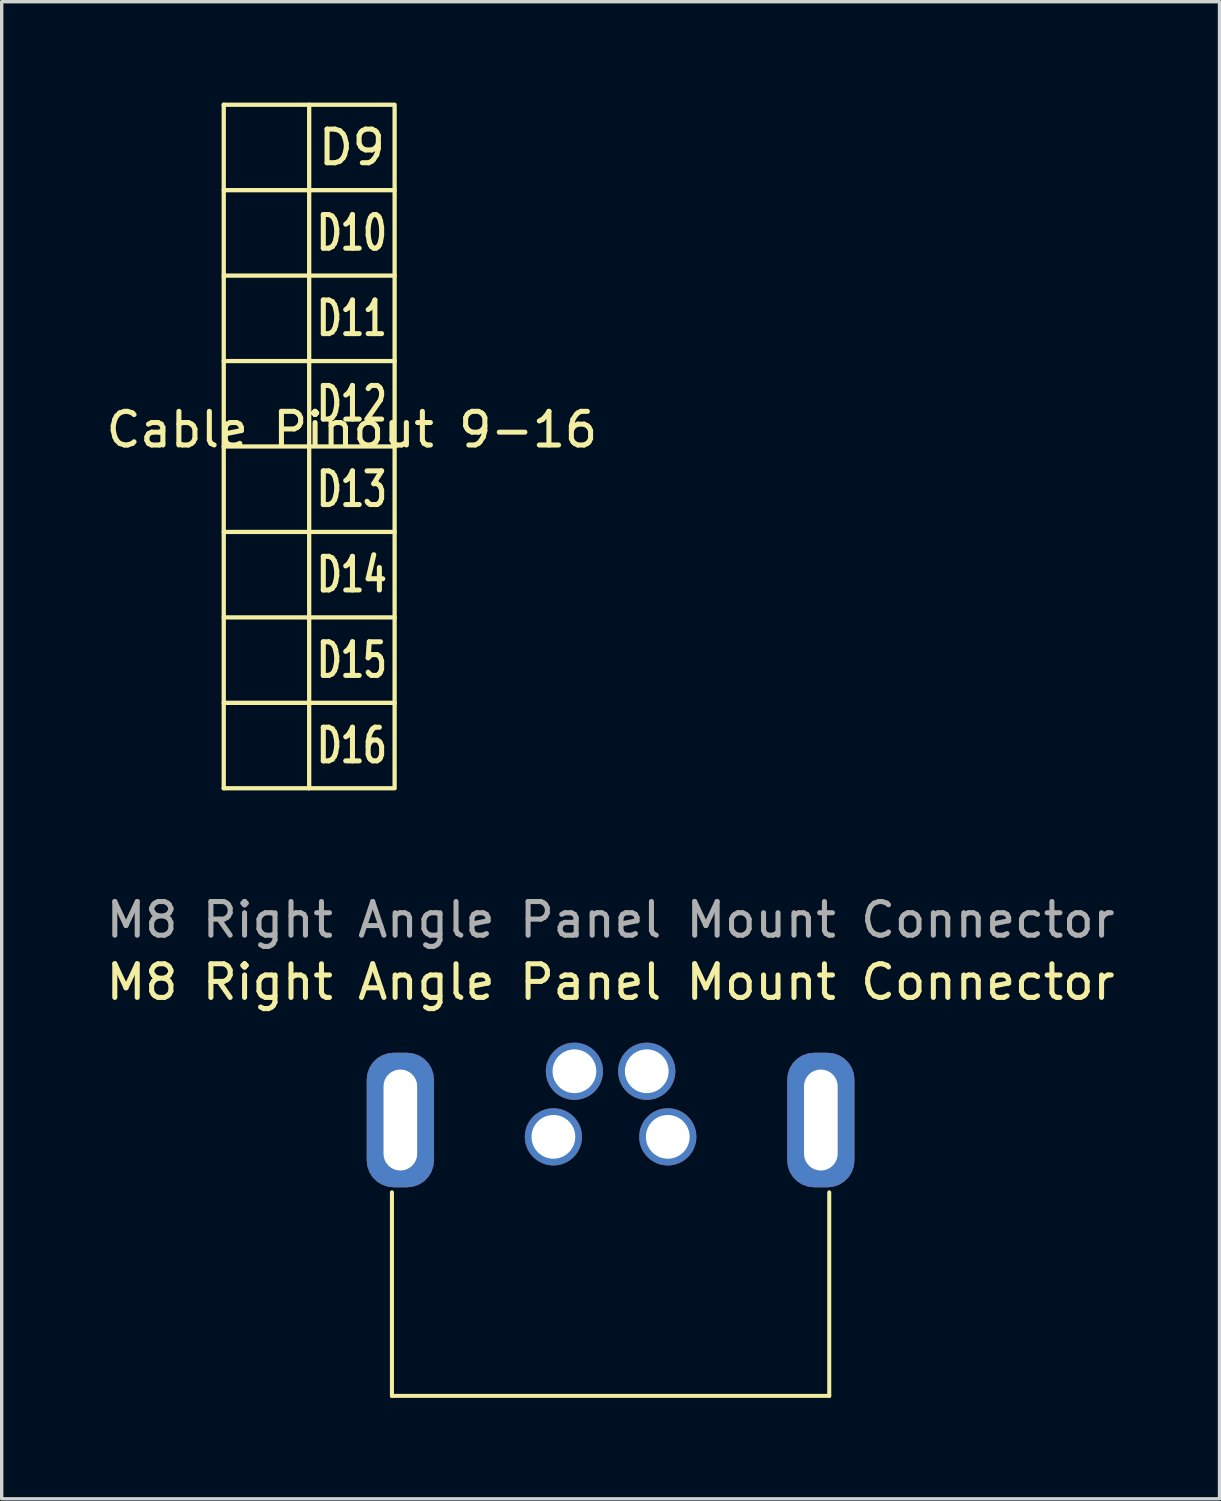
<source format=kicad_pcb>
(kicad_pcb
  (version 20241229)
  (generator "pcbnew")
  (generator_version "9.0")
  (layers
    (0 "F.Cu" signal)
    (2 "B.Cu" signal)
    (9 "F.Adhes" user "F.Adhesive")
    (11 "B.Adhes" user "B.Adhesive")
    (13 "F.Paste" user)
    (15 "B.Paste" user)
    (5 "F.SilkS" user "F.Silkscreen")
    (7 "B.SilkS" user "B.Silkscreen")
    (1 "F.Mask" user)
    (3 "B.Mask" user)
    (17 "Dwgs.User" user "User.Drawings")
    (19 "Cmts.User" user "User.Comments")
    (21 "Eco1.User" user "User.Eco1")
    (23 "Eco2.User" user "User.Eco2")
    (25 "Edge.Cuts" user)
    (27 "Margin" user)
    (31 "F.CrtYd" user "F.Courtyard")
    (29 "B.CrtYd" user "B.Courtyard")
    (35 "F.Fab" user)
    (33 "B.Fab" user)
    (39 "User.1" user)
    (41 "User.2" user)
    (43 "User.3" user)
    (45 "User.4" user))
  (footprint "Cable Pinout 9-16"
    (layer "F.Cu")
    (at 7.411 10.223)
    (property "Reference" "Cable Pinout 9-16" (at 0 -0.5 0) (unlocked yes) (layer "F.SilkS") (effects (font (size 1 1) (thickness 0.15))))
    (attr smd)
    (fp_line (start -3.81 -10.16) (end -3.81 10.16) (stroke (width 0.127) (type default)) (layer "F.SilkS"))
    (fp_line (start -3.81 7.62) (end -1.27 7.62) (stroke (width 0.127) (type default)) (layer "F.SilkS"))
    (fp_line (start -3.81 10.16) (end -1.27 10.16) (stroke (width 0.127) (type default)) (layer "F.SilkS"))
    (fp_line (start -1.27 -10.16) (end -3.81 -10.16) (stroke (width 0.127) (type default)) (layer "F.SilkS"))
    (fp_line (start -1.27 -7.62) (end -3.81 -7.62) (stroke (width 0.127) (type default)) (layer "F.SilkS"))
    (fp_line (start -1.27 -7.62) (end 1.27 -7.62) (stroke (width 0.127) (type default)) (layer "F.SilkS"))
    (fp_line (start -1.27 -5.08) (end -3.81 -5.08) (stroke (width 0.127) (type default)) (layer "F.SilkS"))
    (fp_line (start -1.27 -5.08) (end 1.27 -5.08) (stroke (width 0.127) (type default)) (layer "F.SilkS"))
    (fp_line (start -1.27 -2.54) (end -3.81 -2.54) (stroke (width 0.127) (type default)) (layer "F.SilkS"))
    (fp_line (start -1.27 -2.54) (end 1.27 -2.54) (stroke (width 0.127) (type default)) (layer "F.SilkS"))
    (fp_line (start -1.27 0) (end -3.81 0) (stroke (width 0.127) (type default)) (layer "F.SilkS"))
    (fp_line (start -1.27 0) (end 1.27 0) (stroke (width 0.127) (type default)) (layer "F.SilkS"))
    (fp_line (start -1.27 2.54) (end -3.81 2.54) (stroke (width 0.127) (type default)) (layer "F.SilkS"))
    (fp_line (start -1.27 2.54) (end 1.27 2.54) (stroke (width 0.127) (type default)) (layer "F.SilkS"))
    (fp_line (start -1.27 5.08) (end -3.81 5.08) (stroke (width 0.127) (type default)) (layer "F.SilkS"))
    (fp_line (start -1.27 5.08) (end 1.27 5.08) (stroke (width 0.127) (type default)) (layer "F.SilkS"))
    (fp_line (start -1.27 7.62) (end 1.27 7.62) (stroke (width 0.127) (type default)) (layer "F.SilkS"))
    (fp_rect (start -1.27 -10.16) (end 1.27 10.16) (stroke (width 0.127) (type default)) (fill no) (layer "F.SilkS"))
    (fp_text user "D14" (at 0 3.81 0) (unlocked yes) (layer "F.SilkS") (effects (font (size 1 0.7) (thickness 0.15))))
    (fp_text user "D12" (at 0 -1.27 0) (unlocked yes) (layer "F.SilkS") (effects (font (size 1 0.7) (thickness 0.15))))
    (fp_text user "D10" (at 0 -6.35 0) (unlocked yes) (layer "F.SilkS") (effects (font (size 1 0.7) (thickness 0.15))))
    (fp_text user "D13" (at 0 1.27 0) (unlocked yes) (layer "F.SilkS") (effects (font (size 1 0.7) (thickness 0.15))))
    (fp_text user "D16" (at 0 8.89 0) (unlocked yes) (layer "F.SilkS") (effects (font (size 1 0.7) (thickness 0.15))))
    (fp_text user "D15" (at 0 6.35 0) (unlocked yes) (layer "F.SilkS") (effects (font (size 1 0.7) (thickness 0.15))))
    (fp_text user "D11" (at 0 -3.81 0) (unlocked yes) (layer "F.SilkS") (effects (font (size 1 0.7) (thickness 0.15))))
    (fp_text user "D9" (at 0 -8.89 0) (unlocked yes) (layer "F.SilkS") (effects (font (size 1 1) (thickness 0.15)))))
  (footprint "M8 Right Angle Panel Mount Connector"
    (layer "F.Cu")
    (at 15.101 30.245)
    (property "Reference" "M8 Right Angle Panel Mount Connector" (at 0 -4.1 0) (unlocked yes) (layer "F.SilkS") (effects (font (size 1 1) (thickness 0.15))))
    (attr smd)
    (fp_line (start -6.5 2.15) (end -6.5 8.2) (stroke (width 0.12) (type default)) (layer "F.SilkS"))
    (fp_line (start -6.5 8.2) (end 6.5 8.2) (stroke (width 0.12) (type default)) (layer "F.SilkS"))
    (fp_line (start 6.5 8.2) (end 6.5 2.15) (stroke (width 0.12) (type default)) (layer "F.SilkS"))
    (fp_text user "${REFERENCE}" (at 0 -5.95 0) (unlocked yes) (layer "F.Fab") (effects (font (size 1 1) (thickness 0.15))))
    (pad "1" thru_hole circle (at -1.7 0.5) (size 1.7 1.7) (drill 1.3) (layers "*.Cu" "*.Mask"))
    (pad "2" thru_hole circle (at -1.075 -1.45) (size 1.7 1.7) (drill 1.3) (layers "*.Cu" "*.Mask"))
    (pad "3" thru_hole circle (at 1.7 0.5) (size 1.7 1.7) (drill 1.3) (layers "*.Cu" "*.Mask"))
    (pad "4" thru_hole circle (at 1.075 -1.45) (size 1.7 1.7) (drill 1.3) (layers "*.Cu" "*.Mask"))
    (pad "5" thru_hole roundrect (at -6.25 0) (size 2 4) (drill oval 1 3) (layers "*.Cu" "*.Mask") (roundrect_rratio 0.4))
    (pad "5" thru_hole roundrect (at 6.25 0) (size 2 4) (drill oval 1 3) (layers "*.Cu" "*.Mask") (roundrect_rratio 0.4)))
  (gr_rect
    (start -3 -3)
    (end 33.202 41.505)
    (stroke (width 0.1) (type default))
    (fill no)
    (layer "Edge.Cuts")))
</source>
